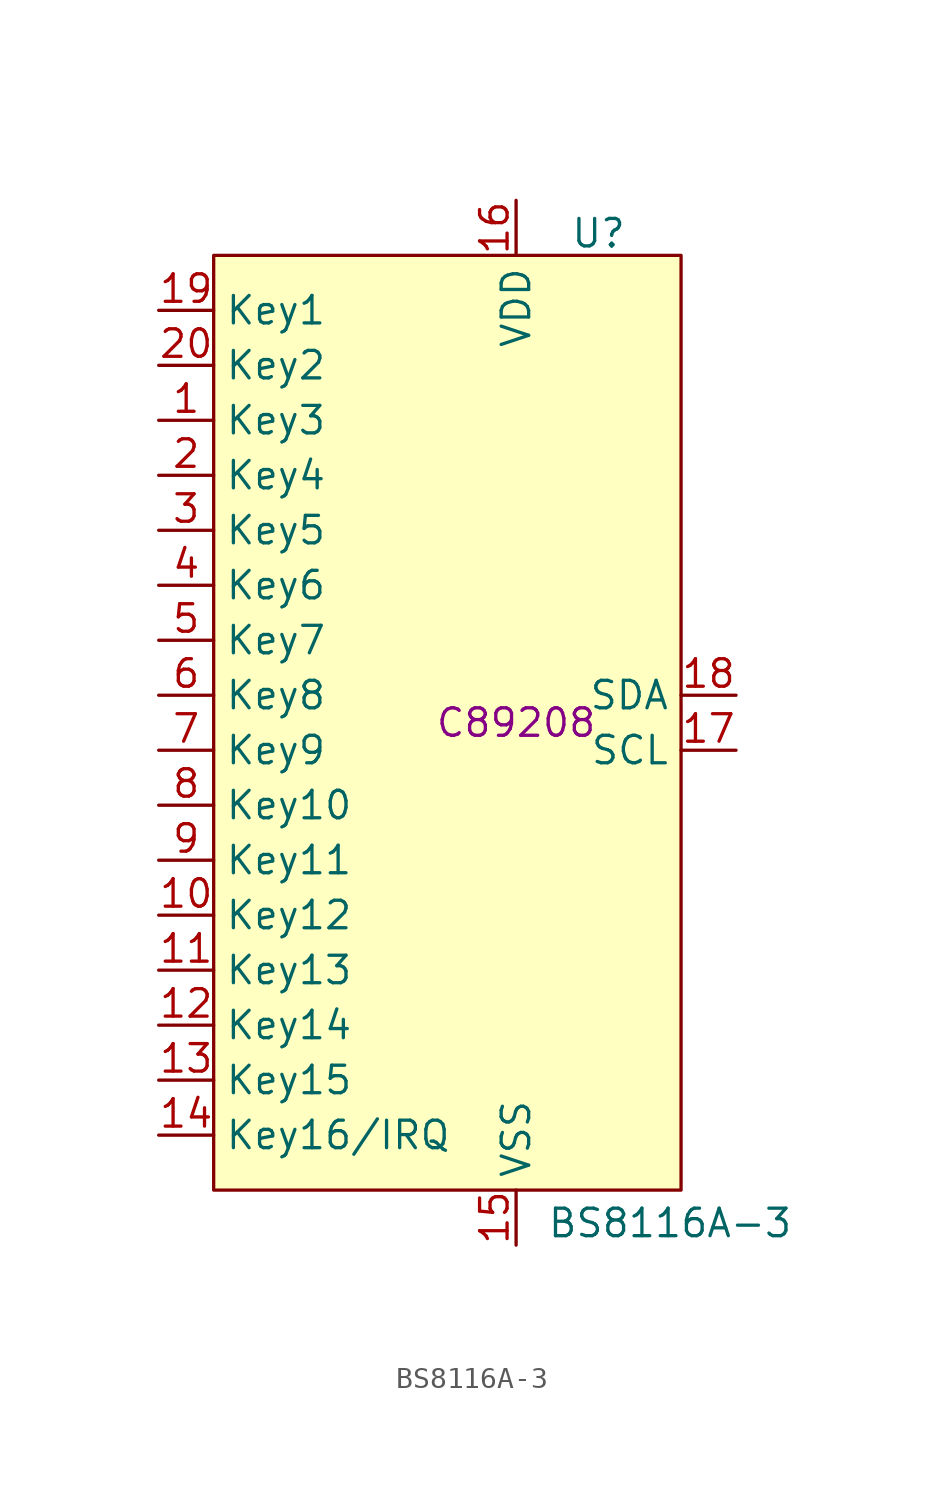
<source format=kicad_sym>
(kicad_symbol_lib
  (version 20231120)
  (generator "kicad_symbol_editor")
  (generator_version "8.0")
  (symbol "BS8116A-3"
    (property "Reference" "U"
      (at 3.81 22.606 0)
      (effects (font (size 1.27 1.27))))
    (property "Value" "BS8116A-3"
      (at 7.112 -23.114 0)
      (effects (font (size 1.27 1.27))))
    (property "LCSC Par#" "C89208"
      (at 0 0 0)
      (effects (font (size 1.27 1.27))))
    (symbol "BS8116A-3_1_1"
      (rectangle (start -13.97 21.59) (end 7.62 -21.59) (stroke (width 0) (type default)) (fill (type background)))
      (pin input line (at -16.51 13.97 0) (length 2.54) (name "Key3" (effects (font (size 1.27 1.27)))) (number "1" (effects (font (size 1.27 1.27)))))
      (pin input line (at -16.51 -8.89 0) (length 2.54) (name "Key12" (effects (font (size 1.27 1.27)))) (number "10" (effects (font (size 1.27 1.27)))))
      (pin input line (at -16.51 -11.43 0) (length 2.54) (name "Key13" (effects (font (size 1.27 1.27)))) (number "11" (effects (font (size 1.27 1.27)))))
      (pin input line (at -16.51 -13.97 0) (length 2.54) (name "Key14" (effects (font (size 1.27 1.27)))) (number "12" (effects (font (size 1.27 1.27)))))
      (pin input line (at -16.51 -16.51 0) (length 2.54) (name "Key15" (effects (font (size 1.27 1.27)))) (number "13" (effects (font (size 1.27 1.27)))))
      (pin input line (at -16.51 -19.05 0) (length 2.54) (name "Key16/IRQ" (effects (font (size 1.27 1.27)))) (number "14" (effects (font (size 1.27 1.27)))))
      (pin input line (at 0 -24.13 90) (length 2.54) (name "VSS" (effects (font (size 1.27 1.27)))) (number "15" (effects (font (size 1.27 1.27)))))
      (pin input line (at 0 24.13 270) (length 2.54) (name "VDD" (effects (font (size 1.27 1.27)))) (number "16" (effects (font (size 1.27 1.27)))))
      (pin input line (at 10.16 -1.27 180) (length 2.54) (name "SCL" (effects (font (size 1.27 1.27)))) (number "17" (effects (font (size 1.27 1.27)))))
      (pin input line (at 10.16 1.27 180) (length 2.54) (name "SDA" (effects (font (size 1.27 1.27)))) (number "18" (effects (font (size 1.27 1.27)))))
      (pin input line (at -16.51 19.05 0) (length 2.54) (name "Key1" (effects (font (size 1.27 1.27)))) (number "19" (effects (font (size 1.27 1.27)))))
      (pin input line (at -16.51 11.43 0) (length 2.54) (name "Key4" (effects (font (size 1.27 1.27)))) (number "2" (effects (font (size 1.27 1.27)))))
      (pin input line (at -16.51 16.51 0) (length 2.54) (name "Key2" (effects (font (size 1.27 1.27)))) (number "20" (effects (font (size 1.27 1.27)))))
      (pin input line (at -16.51 8.89 0) (length 2.54) (name "Key5" (effects (font (size 1.27 1.27)))) (number "3" (effects (font (size 1.27 1.27)))))
      (pin input line (at -16.51 6.35 0) (length 2.54) (name "Key6" (effects (font (size 1.27 1.27)))) (number "4" (effects (font (size 1.27 1.27)))))
      (pin input line (at -16.51 3.81 0) (length 2.54) (name "Key7" (effects (font (size 1.27 1.27)))) (number "5" (effects (font (size 1.27 1.27)))))
      (pin input line (at -16.51 1.27 0) (length 2.54) (name "Key8" (effects (font (size 1.27 1.27)))) (number "6" (effects (font (size 1.27 1.27)))))
      (pin input line (at -16.51 -1.27 0) (length 2.54) (name "Key9" (effects (font (size 1.27 1.27)))) (number "7" (effects (font (size 1.27 1.27)))))
      (pin input line (at -16.51 -3.81 0) (length 2.54) (name "Key10" (effects (font (size 1.27 1.27)))) (number "8" (effects (font (size 1.27 1.27)))))
      (pin input line (at -16.51 -6.35 0) (length 2.54) (name "Key11" (effects (font (size 1.27 1.27)))) (number "9" (effects (font (size 1.27 1.27))))))))
</source>
